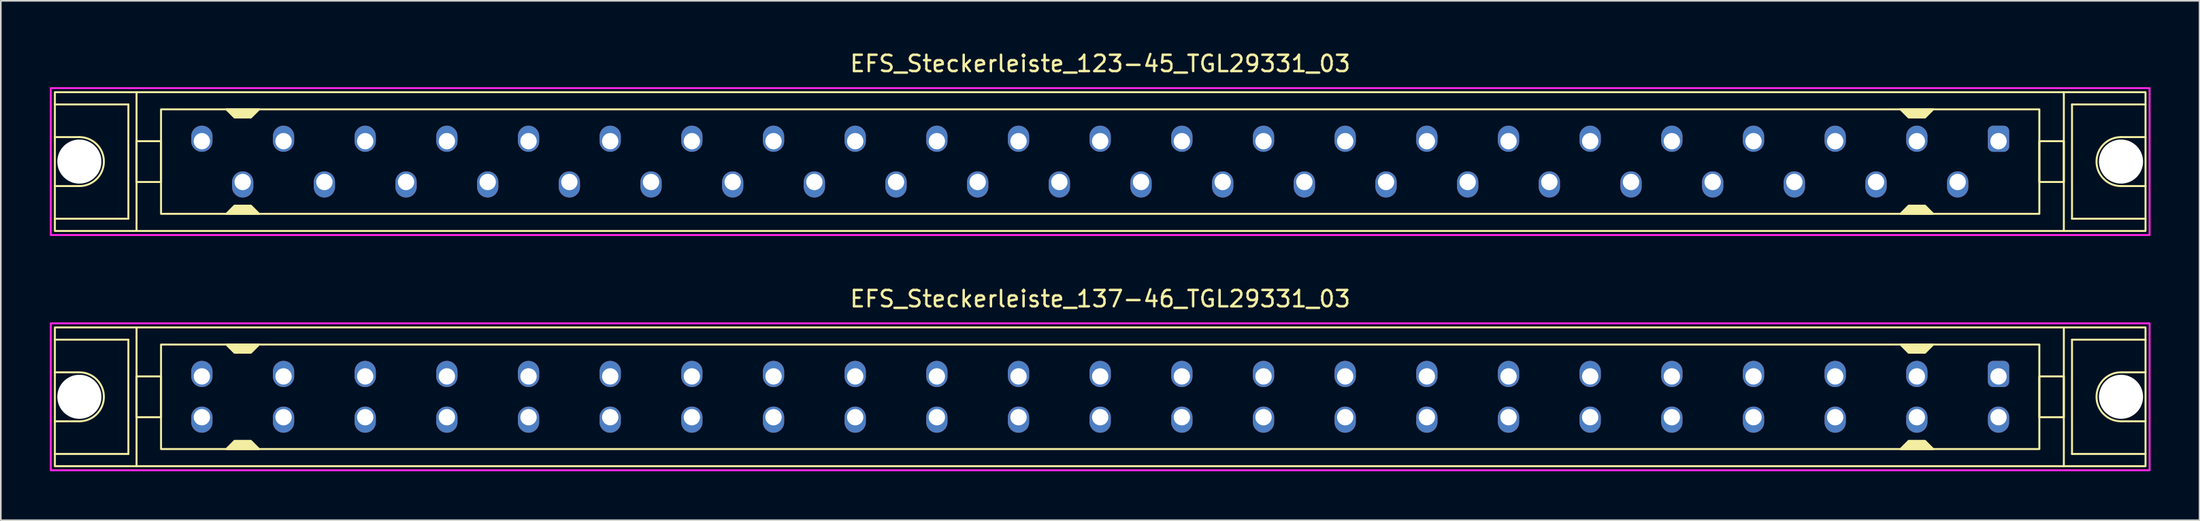
<source format=kicad_pcb>
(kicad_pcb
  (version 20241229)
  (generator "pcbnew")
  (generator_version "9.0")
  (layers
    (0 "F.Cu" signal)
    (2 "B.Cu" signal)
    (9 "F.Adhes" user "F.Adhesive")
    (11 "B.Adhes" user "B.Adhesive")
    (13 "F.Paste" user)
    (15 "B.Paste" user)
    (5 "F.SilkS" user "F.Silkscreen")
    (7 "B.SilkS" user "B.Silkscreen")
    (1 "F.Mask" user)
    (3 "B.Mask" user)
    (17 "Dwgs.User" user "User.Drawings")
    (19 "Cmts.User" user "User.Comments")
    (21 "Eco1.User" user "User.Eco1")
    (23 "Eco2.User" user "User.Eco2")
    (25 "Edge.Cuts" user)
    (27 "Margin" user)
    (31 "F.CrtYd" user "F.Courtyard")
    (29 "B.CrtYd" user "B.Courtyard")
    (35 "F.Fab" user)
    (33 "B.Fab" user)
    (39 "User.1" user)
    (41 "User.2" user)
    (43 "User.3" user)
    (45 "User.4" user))
  (footprint "EFS_Steckerleiste_137-46_TGL29331_03"
    (layer "F.Cu")
    (at 64.31 21.256)
    (property "Reference" "EFS_Steckerleiste_137-46_TGL29331_03" (at 0 -6 180) (layer "F.SilkS") (effects (font (size 1 1) (thickness 0.15))))
    (attr through_hole)
    (fp_line (start -64 -3.5) (end -59.5 -3.5) (stroke (width 0.12) (type solid)) (layer "F.SilkS"))
    (fp_line (start -62.5 -1.5) (end -64 -1.5) (stroke (width 0.12) (type solid)) (layer "F.SilkS"))
    (fp_line (start -62.5 1.5) (end -64 1.5) (stroke (width 0.12) (type solid)) (layer "F.SilkS"))
    (fp_line (start -59.5 -3.5) (end -59.5 3.5) (stroke (width 0.12) (type solid)) (layer "F.SilkS"))
    (fp_line (start -59.5 3.5) (end -64 3.5) (stroke (width 0.12) (type solid)) (layer "F.SilkS"))
    (fp_line (start -59 4.25) (end -59 -4.25) (stroke (width 0.12) (type solid)) (layer "F.SilkS"))
    (fp_line (start 59 4.25) (end 59 -4.25) (stroke (width 0.12) (type solid)) (layer "F.SilkS"))
    (fp_line (start 59.5 -3.5) (end 59.5 3.5) (stroke (width 0.12) (type solid)) (layer "F.SilkS"))
    (fp_line (start 59.5 3.5) (end 64 3.5) (stroke (width 0.12) (type solid)) (layer "F.SilkS"))
    (fp_line (start 62.5 -1.5) (end 64 -1.5) (stroke (width 0.12) (type solid)) (layer "F.SilkS"))
    (fp_line (start 62.5 1.5) (end 64 1.5) (stroke (width 0.12) (type solid)) (layer "F.SilkS"))
    (fp_line (start 64 -3.5) (end 59.5 -3.5) (stroke (width 0.12) (type solid)) (layer "F.SilkS"))
    (fp_rect (start -64 -4.25) (end 64 4.25) (stroke (width 0.12) (type solid)) (fill no) (layer "F.SilkS"))
    (fp_rect (start -57.5 -3.2) (end 57.5 3.2) (stroke (width 0.12) (type solid)) (fill no) (layer "F.SilkS"))
    (fp_rect (start -57.5 -1.25) (end -59 1.25) (stroke (width 0.12) (type solid)) (fill no) (layer "F.SilkS"))
    (fp_rect (start 59 -1.25) (end 57.5 1.25) (stroke (width 0.12) (type solid)) (fill no) (layer "F.SilkS"))
    (fp_arc (start -62.5 -1.5) (mid -61 0) (end -62.5 1.5) (stroke (width 0.12) (type solid)) (layer "F.SilkS"))
    (fp_arc (start 62.5 1.5) (mid 61 0) (end 62.5 -1.5) (stroke (width 0.12) (type solid)) (layer "F.SilkS"))
    (fp_poly (pts (xy -53 2.7) (xy -52 2.7) (xy -51.5 3.2) (xy -53.5 3.2)) (stroke (width 0.12) (type solid)) (fill yes) (layer "F.SilkS"))
    (fp_poly (pts (xy -52 -2.7) (xy -53 -2.7) (xy -53.5 -3.2) (xy -51.5 -3.2)) (stroke (width 0.12) (type solid)) (fill yes) (layer "F.SilkS"))
    (fp_poly (pts (xy 49.5 2.7) (xy 50.5 2.7) (xy 51 3.2) (xy 49 3.2)) (stroke (width 0.12) (type solid)) (fill yes) (layer "F.SilkS"))
    (fp_poly (pts (xy 50.5 -2.7) (xy 49.5 -2.7) (xy 49 -3.2) (xy 51 -3.2)) (stroke (width 0.12) (type solid)) (fill yes) (layer "F.SilkS"))
    (fp_rect (start -64.25 -4.5) (end 64.25 4.5) (stroke (width 0.12) (type solid)) (fill no) (layer "F.CrtYd"))
    (pad "" np_thru_hole circle (at -62.5 0) (size 2.7 2.7) (drill 2.7) (layers "*.Cu" "*.Mask"))
    (pad "" np_thru_hole circle (at 62.5 0) (size 2.7 2.7) (drill 2.7) (layers "*.Cu" "*.Mask"))
    (pad "1a" thru_hole roundrect (at 55 -1.25) (size 1.3 1.6) (drill 1 (offset 0 -0.15)) (layers "*.Cu" "*.Mask") (roundrect_rratio 0.25))
    (pad "1b" thru_hole oval (at 55 1.25) (size 1.3 1.6) (drill 1 (offset 0 0.15)) (layers "*.Cu" "*.Mask"))
    (pad "2a" thru_hole oval (at 50 -1.25) (size 1.3 1.6) (drill 1 (offset 0 -0.15)) (layers "*.Cu" "*.Mask"))
    (pad "2b" thru_hole oval (at 50 1.25) (size 1.3 1.6) (drill 1 (offset 0 0.15)) (layers "*.Cu" "*.Mask"))
    (pad "3a" thru_hole oval (at 45 -1.25) (size 1.3 1.6) (drill 1 (offset 0 -0.15)) (layers "*.Cu" "*.Mask"))
    (pad "3b" thru_hole oval (at 45 1.25) (size 1.3 1.6) (drill 1 (offset 0 0.15)) (layers "*.Cu" "*.Mask"))
    (pad "4a" thru_hole oval (at 40 -1.25) (size 1.3 1.6) (drill 1 (offset 0 -0.15)) (layers "*.Cu" "*.Mask"))
    (pad "4b" thru_hole oval (at 40 1.25) (size 1.3 1.6) (drill 1 (offset 0 0.15)) (layers "*.Cu" "*.Mask"))
    (pad "5a" thru_hole oval (at 35 -1.25) (size 1.3 1.6) (drill 1 (offset 0 -0.15)) (layers "*.Cu" "*.Mask"))
    (pad "5b" thru_hole oval (at 35 1.25) (size 1.3 1.6) (drill 1 (offset 0 0.15)) (layers "*.Cu" "*.Mask"))
    (pad "6a" thru_hole oval (at 30 -1.25) (size 1.3 1.6) (drill 1 (offset 0 -0.15)) (layers "*.Cu" "*.Mask"))
    (pad "6b" thru_hole oval (at 30 1.25) (size 1.3 1.6) (drill 1 (offset 0 0.15)) (layers "*.Cu" "*.Mask"))
    (pad "7a" thru_hole oval (at 25 -1.25) (size 1.3 1.6) (drill 1 (offset 0 -0.15)) (layers "*.Cu" "*.Mask"))
    (pad "7b" thru_hole oval (at 25 1.25) (size 1.3 1.6) (drill 1 (offset 0 0.15)) (layers "*.Cu" "*.Mask"))
    (pad "8a" thru_hole oval (at 20 -1.25) (size 1.3 1.6) (drill 1 (offset 0 -0.15)) (layers "*.Cu" "*.Mask"))
    (pad "8b" thru_hole oval (at 20 1.25) (size 1.3 1.6) (drill 1 (offset 0 0.15)) (layers "*.Cu" "*.Mask"))
    (pad "9a" thru_hole oval (at 15 -1.25) (size 1.3 1.6) (drill 1 (offset 0 -0.15)) (layers "*.Cu" "*.Mask"))
    (pad "9b" thru_hole oval (at 15 1.25) (size 1.3 1.6) (drill 1 (offset 0 0.15)) (layers "*.Cu" "*.Mask"))
    (pad "10a" thru_hole oval (at 10 -1.25) (size 1.3 1.6) (drill 1 (offset 0 -0.15)) (layers "*.Cu" "*.Mask"))
    (pad "10b" thru_hole oval (at 10 1.25) (size 1.3 1.6) (drill 1 (offset 0 0.15)) (layers "*.Cu" "*.Mask"))
    (pad "11a" thru_hole oval (at 5 -1.25) (size 1.3 1.6) (drill 1 (offset 0 -0.15)) (layers "*.Cu" "*.Mask"))
    (pad "11b" thru_hole oval (at 5 1.25) (size 1.3 1.6) (drill 1 (offset 0 0.15)) (layers "*.Cu" "*.Mask"))
    (pad "12a" thru_hole oval (at 0 -1.25) (size 1.3 1.6) (drill 1 (offset 0 -0.15)) (layers "*.Cu" "*.Mask"))
    (pad "12b" thru_hole oval (at 0 1.25) (size 1.3 1.6) (drill 1 (offset 0 0.15)) (layers "*.Cu" "*.Mask"))
    (pad "13a" thru_hole oval (at -5 -1.25) (size 1.3 1.6) (drill 1 (offset 0 -0.15)) (layers "*.Cu" "*.Mask"))
    (pad "13b" thru_hole oval (at -5 1.25) (size 1.3 1.6) (drill 1 (offset 0 0.15)) (layers "*.Cu" "*.Mask"))
    (pad "14a" thru_hole oval (at -10 -1.25) (size 1.3 1.6) (drill 1 (offset 0 -0.15)) (layers "*.Cu" "*.Mask"))
    (pad "14b" thru_hole oval (at -10 1.25) (size 1.3 1.6) (drill 1 (offset 0 0.15)) (layers "*.Cu" "*.Mask"))
    (pad "15a" thru_hole oval (at -15 -1.25) (size 1.3 1.6) (drill 1 (offset 0 -0.15)) (layers "*.Cu" "*.Mask"))
    (pad "15b" thru_hole oval (at -15 1.25) (size 1.3 1.6) (drill 1 (offset 0 0.15)) (layers "*.Cu" "*.Mask"))
    (pad "16a" thru_hole oval (at -20 -1.25) (size 1.3 1.6) (drill 1 (offset 0 -0.15)) (layers "*.Cu" "*.Mask"))
    (pad "16b" thru_hole oval (at -20 1.25) (size 1.3 1.6) (drill 1 (offset 0 0.15)) (layers "*.Cu" "*.Mask"))
    (pad "17a" thru_hole oval (at -25 -1.25) (size 1.3 1.6) (drill 1 (offset 0 -0.15)) (layers "*.Cu" "*.Mask"))
    (pad "17b" thru_hole oval (at -25 1.25) (size 1.3 1.6) (drill 1 (offset 0 0.15)) (layers "*.Cu" "*.Mask"))
    (pad "18a" thru_hole oval (at -30 -1.25) (size 1.3 1.6) (drill 1 (offset 0 -0.15)) (layers "*.Cu" "*.Mask"))
    (pad "18b" thru_hole oval (at -30 1.25) (size 1.3 1.6) (drill 1 (offset 0 0.15)) (layers "*.Cu" "*.Mask"))
    (pad "19a" thru_hole oval (at -35 -1.25) (size 1.3 1.6) (drill 1 (offset 0 -0.15)) (layers "*.Cu" "*.Mask"))
    (pad "19b" thru_hole oval (at -35 1.25) (size 1.3 1.6) (drill 1 (offset 0 0.15)) (layers "*.Cu" "*.Mask"))
    (pad "20a" thru_hole oval (at -40 -1.25) (size 1.3 1.6) (drill 1 (offset 0 -0.15)) (layers "*.Cu" "*.Mask"))
    (pad "20b" thru_hole oval (at -40 1.25) (size 1.3 1.6) (drill 1 (offset 0 0.15)) (layers "*.Cu" "*.Mask"))
    (pad "21a" thru_hole oval (at -45 -1.25) (size 1.3 1.6) (drill 1 (offset 0 -0.15)) (layers "*.Cu" "*.Mask"))
    (pad "21b" thru_hole oval (at -45 1.25) (size 1.3 1.6) (drill 1 (offset 0 0.15)) (layers "*.Cu" "*.Mask"))
    (pad "22a" thru_hole oval (at -50 -1.25) (size 1.3 1.6) (drill 1 (offset 0 -0.15)) (layers "*.Cu" "*.Mask"))
    (pad "22b" thru_hole oval (at -50 1.25) (size 1.3 1.6) (drill 1 (offset 0 0.15)) (layers "*.Cu" "*.Mask"))
    (pad "23a" thru_hole oval (at -55 -1.25) (size 1.3 1.6) (drill 1 (offset 0 -0.15)) (layers "*.Cu" "*.Mask"))
    (pad "23b" thru_hole oval (at -55 1.25) (size 1.3 1.6) (drill 1 (offset 0 0.15)) (layers "*.Cu" "*.Mask")))
  (footprint "EFS_Steckerleiste_123-45_TGL29331_03"
    (layer "F.Cu")
    (at 64.31 6.848)
    (property "Reference" "EFS_Steckerleiste_123-45_TGL29331_03" (at 0 -6 180) (layer "F.SilkS") (effects (font (size 1 1) (thickness 0.15))))
    (attr through_hole)
    (fp_line (start -64 -3.5) (end -59.5 -3.5) (stroke (width 0.12) (type solid)) (layer "F.SilkS"))
    (fp_line (start -62.5 -1.5) (end -64 -1.5) (stroke (width 0.12) (type solid)) (layer "F.SilkS"))
    (fp_line (start -62.5 1.5) (end -64 1.5) (stroke (width 0.12) (type solid)) (layer "F.SilkS"))
    (fp_line (start -59.5 -3.5) (end -59.5 3.5) (stroke (width 0.12) (type solid)) (layer "F.SilkS"))
    (fp_line (start -59.5 3.5) (end -64 3.5) (stroke (width 0.12) (type solid)) (layer "F.SilkS"))
    (fp_line (start -59 4.25) (end -59 -4.25) (stroke (width 0.12) (type solid)) (layer "F.SilkS"))
    (fp_line (start 59 4.25) (end 59 -4.25) (stroke (width 0.12) (type solid)) (layer "F.SilkS"))
    (fp_line (start 59.5 -3.5) (end 59.5 3.5) (stroke (width 0.12) (type solid)) (layer "F.SilkS"))
    (fp_line (start 59.5 3.5) (end 64 3.5) (stroke (width 0.12) (type solid)) (layer "F.SilkS"))
    (fp_line (start 62.5 -1.5) (end 64 -1.5) (stroke (width 0.12) (type solid)) (layer "F.SilkS"))
    (fp_line (start 62.5 1.5) (end 64 1.5) (stroke (width 0.12) (type solid)) (layer "F.SilkS"))
    (fp_line (start 64 -3.5) (end 59.5 -3.5) (stroke (width 0.12) (type solid)) (layer "F.SilkS"))
    (fp_rect (start -64 -4.25) (end 64 4.25) (stroke (width 0.12) (type solid)) (fill no) (layer "F.SilkS"))
    (fp_rect (start -57.5 -3.2) (end 57.5 3.2) (stroke (width 0.12) (type solid)) (fill no) (layer "F.SilkS"))
    (fp_rect (start -57.5 -1.25) (end -59 1.25) (stroke (width 0.12) (type solid)) (fill no) (layer "F.SilkS"))
    (fp_rect (start 59 -1.25) (end 57.5 1.25) (stroke (width 0.12) (type solid)) (fill no) (layer "F.SilkS"))
    (fp_arc (start -62.5 -1.5) (mid -61 0) (end -62.5 1.5) (stroke (width 0.12) (type solid)) (layer "F.SilkS"))
    (fp_arc (start 62.5 1.5) (mid 61 0) (end 62.5 -1.5) (stroke (width 0.12) (type solid)) (layer "F.SilkS"))
    (fp_poly (pts (xy -53 2.7) (xy -52 2.7) (xy -51.5 3.2) (xy -53.5 3.2)) (stroke (width 0.12) (type solid)) (fill yes) (layer "F.SilkS"))
    (fp_poly (pts (xy -52 -2.7) (xy -53 -2.7) (xy -53.5 -3.2) (xy -51.5 -3.2)) (stroke (width 0.12) (type solid)) (fill yes) (layer "F.SilkS"))
    (fp_poly (pts (xy 49.5 2.7) (xy 50.5 2.7) (xy 51 3.2) (xy 49 3.2)) (stroke (width 0.12) (type solid)) (fill yes) (layer "F.SilkS"))
    (fp_poly (pts (xy 50.5 -2.7) (xy 49.5 -2.7) (xy 49 -3.2) (xy 51 -3.2)) (stroke (width 0.12) (type solid)) (fill yes) (layer "F.SilkS"))
    (fp_rect (start -64.25 -4.5) (end 64.25 4.5) (stroke (width 0.12) (type solid)) (fill no) (layer "F.CrtYd"))
    (pad "" np_thru_hole circle (at -62.5 0) (size 2.7 2.7) (drill 2.7) (layers "*.Cu" "*.Mask"))
    (pad "" np_thru_hole circle (at 62.5 0) (size 2.7 2.7) (drill 2.7) (layers "*.Cu" "*.Mask"))
    (pad "1a" thru_hole roundrect (at 55 -1.25) (size 1.3 1.6) (drill 1 (offset 0 -0.15)) (layers "*.Cu" "*.Mask") (roundrect_rratio 0.25))
    (pad "2b" thru_hole oval (at 52.5 1.25) (size 1.3 1.6) (drill 1 (offset 0 0.15)) (layers "*.Cu" "*.Mask"))
    (pad "3a" thru_hole oval (at 50 -1.25) (size 1.3 1.6) (drill 1 (offset 0 -0.15)) (layers "*.Cu" "*.Mask"))
    (pad "4b" thru_hole oval (at 47.5 1.25) (size 1.3 1.6) (drill 1 (offset 0 0.15)) (layers "*.Cu" "*.Mask"))
    (pad "5a" thru_hole oval (at 45 -1.25) (size 1.3 1.6) (drill 1 (offset 0 -0.15)) (layers "*.Cu" "*.Mask"))
    (pad "6b" thru_hole oval (at 42.5 1.25) (size 1.3 1.6) (drill 1 (offset 0 0.15)) (layers "*.Cu" "*.Mask"))
    (pad "7a" thru_hole oval (at 40 -1.25) (size 1.3 1.6) (drill 1 (offset 0 -0.15)) (layers "*.Cu" "*.Mask"))
    (pad "8b" thru_hole oval (at 37.5 1.25) (size 1.3 1.6) (drill 1 (offset 0 0.15)) (layers "*.Cu" "*.Mask"))
    (pad "9a" thru_hole oval (at 35 -1.25) (size 1.3 1.6) (drill 1 (offset 0 -0.15)) (layers "*.Cu" "*.Mask"))
    (pad "10b" thru_hole oval (at 32.5 1.25) (size 1.3 1.6) (drill 1 (offset 0 0.15)) (layers "*.Cu" "*.Mask"))
    (pad "11a" thru_hole oval (at 30 -1.25) (size 1.3 1.6) (drill 1 (offset 0 -0.15)) (layers "*.Cu" "*.Mask"))
    (pad "12b" thru_hole oval (at 27.5 1.25) (size 1.3 1.6) (drill 1 (offset 0 0.15)) (layers "*.Cu" "*.Mask"))
    (pad "13a" thru_hole oval (at 25 -1.25) (size 1.3 1.6) (drill 1 (offset 0 -0.15)) (layers "*.Cu" "*.Mask"))
    (pad "14b" thru_hole oval (at 22.5 1.25) (size 1.3 1.6) (drill 1 (offset 0 0.15)) (layers "*.Cu" "*.Mask"))
    (pad "15a" thru_hole oval (at 20 -1.25) (size 1.3 1.6) (drill 1 (offset 0 -0.15)) (layers "*.Cu" "*.Mask"))
    (pad "16b" thru_hole oval (at 17.5 1.25) (size 1.3 1.6) (drill 1 (offset 0 0.15)) (layers "*.Cu" "*.Mask"))
    (pad "17a" thru_hole oval (at 15 -1.25) (size 1.3 1.6) (drill 1 (offset 0 -0.15)) (layers "*.Cu" "*.Mask"))
    (pad "18b" thru_hole oval (at 12.5 1.25) (size 1.3 1.6) (drill 1 (offset 0 0.15)) (layers "*.Cu" "*.Mask"))
    (pad "19a" thru_hole oval (at 10 -1.25) (size 1.3 1.6) (drill 1 (offset 0 -0.15)) (layers "*.Cu" "*.Mask"))
    (pad "20b" thru_hole oval (at 7.5 1.25) (size 1.3 1.6) (drill 1 (offset 0 0.15)) (layers "*.Cu" "*.Mask"))
    (pad "21a" thru_hole oval (at 5 -1.25) (size 1.3 1.6) (drill 1 (offset 0 -0.15)) (layers "*.Cu" "*.Mask"))
    (pad "22b" thru_hole oval (at 2.5 1.25) (size 1.3 1.6) (drill 1 (offset 0 0.15)) (layers "*.Cu" "*.Mask"))
    (pad "23a" thru_hole oval (at 0 -1.25) (size 1.3 1.6) (drill 1 (offset 0 -0.15)) (layers "*.Cu" "*.Mask"))
    (pad "24b" thru_hole oval (at -2.5 1.25) (size 1.3 1.6) (drill 1 (offset 0 0.15)) (layers "*.Cu" "*.Mask"))
    (pad "25a" thru_hole oval (at -5 -1.25) (size 1.3 1.6) (drill 1 (offset 0 -0.15)) (layers "*.Cu" "*.Mask"))
    (pad "26b" thru_hole oval (at -7.5 1.25) (size 1.3 1.6) (drill 1 (offset 0 0.15)) (layers "*.Cu" "*.Mask"))
    (pad "27a" thru_hole oval (at -10 -1.25) (size 1.3 1.6) (drill 1 (offset 0 -0.15)) (layers "*.Cu" "*.Mask"))
    (pad "28b" thru_hole oval (at -12.5 1.25) (size 1.3 1.6) (drill 1 (offset 0 0.15)) (layers "*.Cu" "*.Mask"))
    (pad "29a" thru_hole oval (at -15 -1.25) (size 1.3 1.6) (drill 1 (offset 0 -0.15)) (layers "*.Cu" "*.Mask"))
    (pad "30b" thru_hole oval (at -17.5 1.25) (size 1.3 1.6) (drill 1 (offset 0 0.15)) (layers "*.Cu" "*.Mask"))
    (pad "31a" thru_hole oval (at -20 -1.25) (size 1.3 1.6) (drill 1 (offset 0 -0.15)) (layers "*.Cu" "*.Mask"))
    (pad "32b" thru_hole oval (at -22.5 1.25) (size 1.3 1.6) (drill 1 (offset 0 0.15)) (layers "*.Cu" "*.Mask"))
    (pad "33a" thru_hole oval (at -25 -1.25) (size 1.3 1.6) (drill 1 (offset 0 -0.15)) (layers "*.Cu" "*.Mask"))
    (pad "34b" thru_hole oval (at -27.5 1.25) (size 1.3 1.6) (drill 1 (offset 0 0.15)) (layers "*.Cu" "*.Mask"))
    (pad "35a" thru_hole oval (at -30 -1.25) (size 1.3 1.6) (drill 1 (offset 0 -0.15)) (layers "*.Cu" "*.Mask"))
    (pad "36b" thru_hole oval (at -32.5 1.25) (size 1.3 1.6) (drill 1 (offset 0 0.15)) (layers "*.Cu" "*.Mask"))
    (pad "37a" thru_hole oval (at -35 -1.25) (size 1.3 1.6) (drill 1 (offset 0 -0.15)) (layers "*.Cu" "*.Mask"))
    (pad "38b" thru_hole oval (at -37.5 1.25) (size 1.3 1.6) (drill 1 (offset 0 0.15)) (layers "*.Cu" "*.Mask"))
    (pad "39a" thru_hole oval (at -40 -1.25) (size 1.3 1.6) (drill 1 (offset 0 -0.15)) (layers "*.Cu" "*.Mask"))
    (pad "40b" thru_hole oval (at -42.5 1.25) (size 1.3 1.6) (drill 1 (offset 0 0.15)) (layers "*.Cu" "*.Mask"))
    (pad "41a" thru_hole oval (at -45 -1.25) (size 1.3 1.6) (drill 1 (offset 0 -0.15)) (layers "*.Cu" "*.Mask"))
    (pad "42b" thru_hole oval (at -47.5 1.25) (size 1.3 1.6) (drill 1 (offset 0 0.15)) (layers "*.Cu" "*.Mask"))
    (pad "43a" thru_hole oval (at -50 -1.25) (size 1.3 1.6) (drill 1 (offset 0 -0.15)) (layers "*.Cu" "*.Mask"))
    (pad "44b" thru_hole oval (at -52.5 1.25) (size 1.3 1.6) (drill 1 (offset 0 0.15)) (layers "*.Cu" "*.Mask"))
    (pad "45a" thru_hole oval (at -55 -1.25) (size 1.3 1.6) (drill 1 (offset 0 -0.15)) (layers "*.Cu" "*.Mask")))
  (gr_rect
    (start -3 -3)
    (end 131.62 28.817)
    (stroke (width 0.1) (type default))
    (fill no)
    (layer "Edge.Cuts")))
</source>
